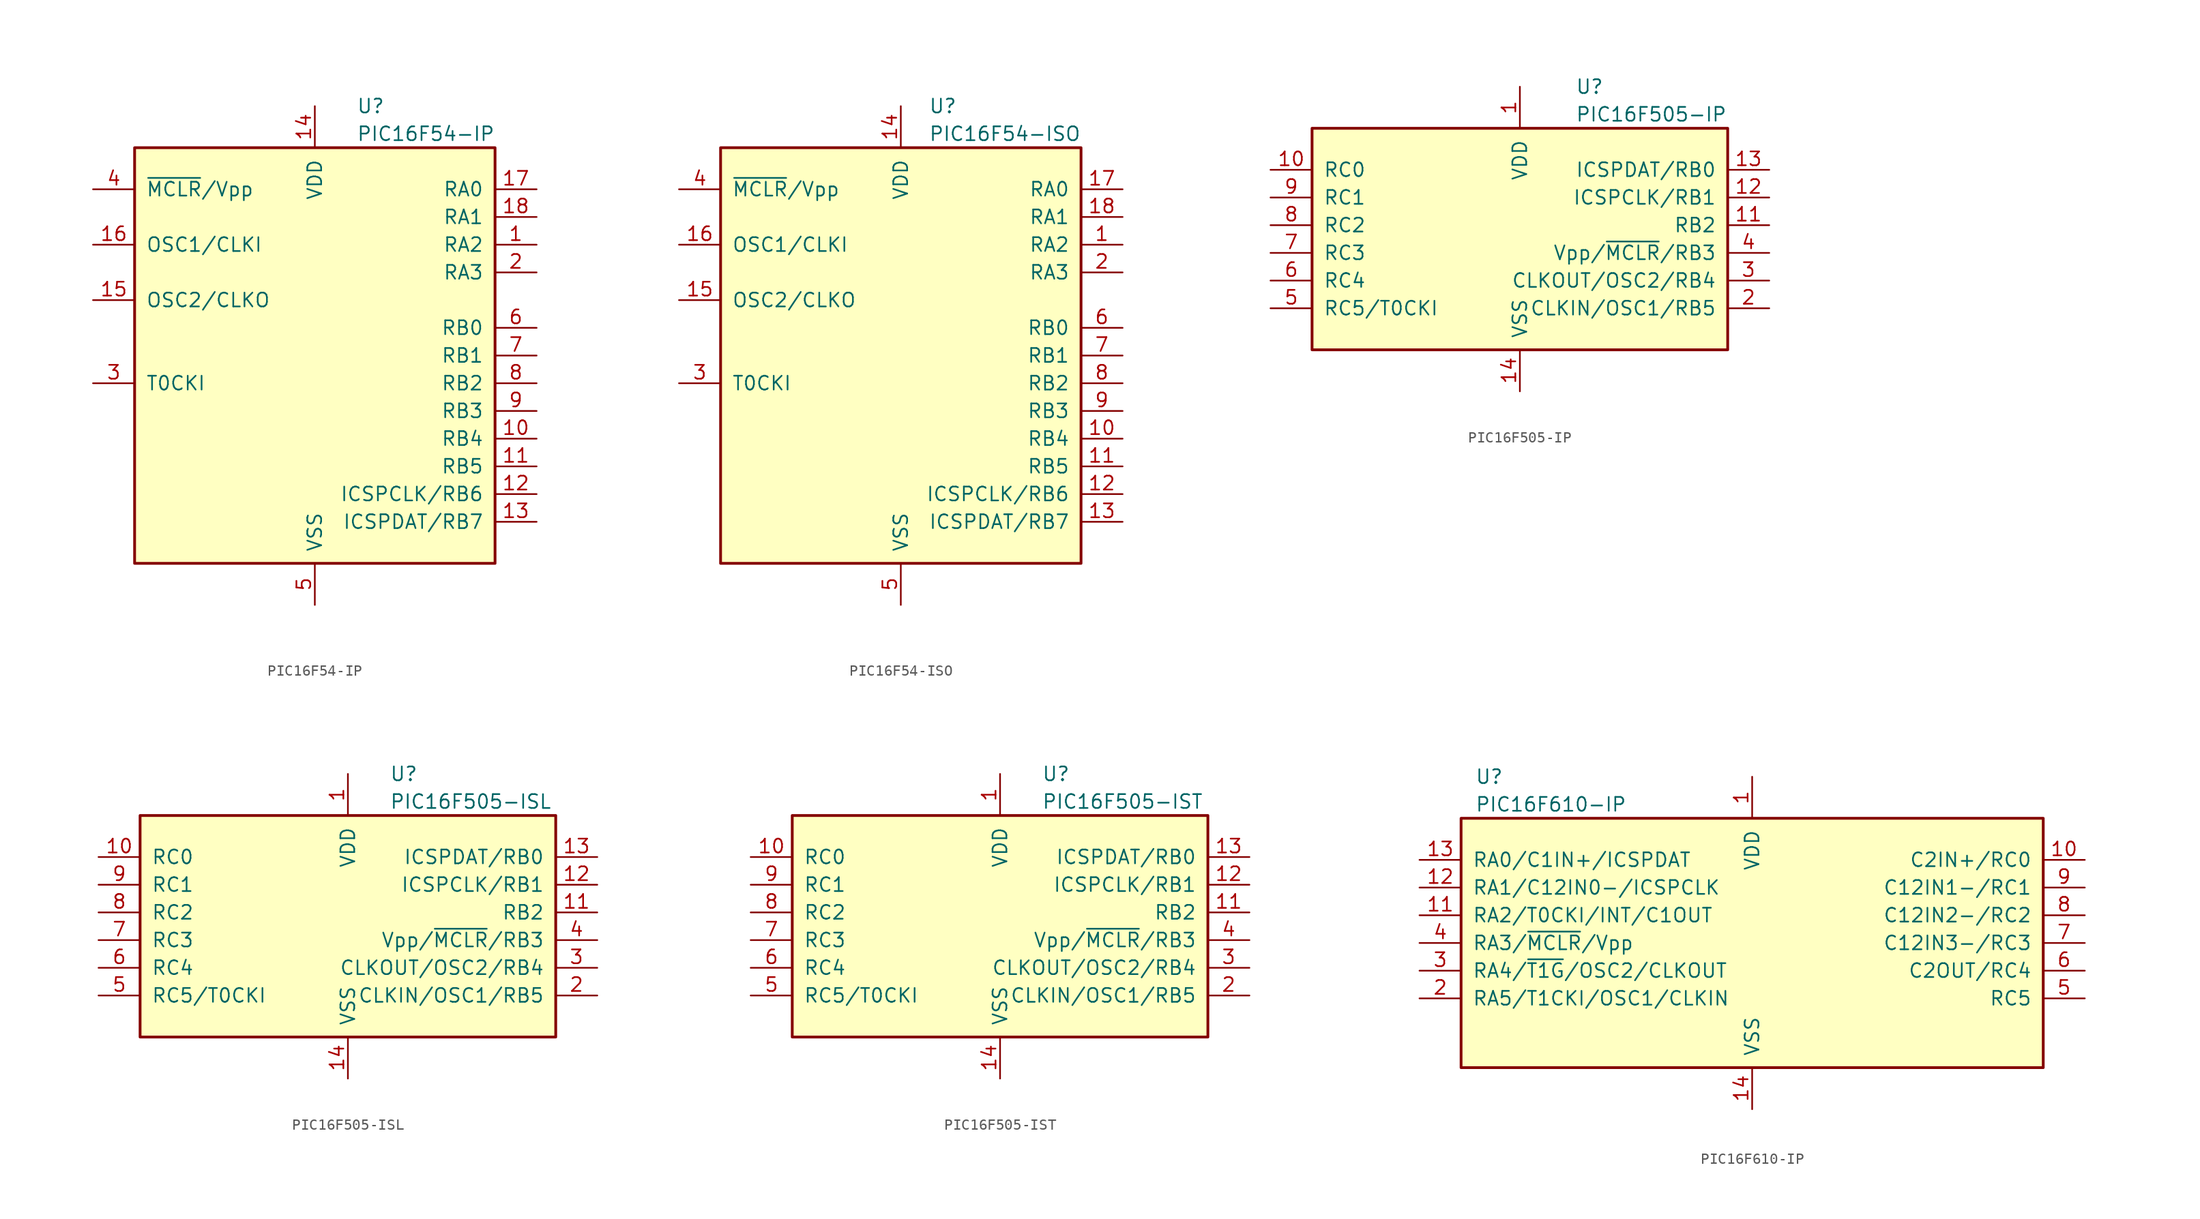
<source format=kicad_sym>
(kicad_symbol_lib
  (version 20201005)
  (generator kicad_symbol_editor)
  (symbol "PIC16F54-IP"
    (pin_names
      (offset 1.016))
    (property "Reference" "U"
      (at 3.81 22.86 0)
      (effects (font (size 1.27 1.27)) (justify left)))
    (property "Value" "PIC16F54-IP"
      (at 3.81 20.32 0)
      (effects (font (size 1.27 1.27)) (justify left)))
    (symbol "PIC16F54-IP_0_1"
      (rectangle (start -16.51 19.05) (end 16.51 -19.05) (stroke (width 0.254)) (fill (type background))))
    (symbol "PIC16F54-IP_1_1"
      (pin bidirectional line (at 20.32 10.16 180) (length 3.81) (name "RA2" (effects (font (size 1.27 1.27)))) (number "1" (effects (font (size 1.27 1.27)))))
      (pin bidirectional line (at 20.32 -7.62 180) (length 3.81) (name "RB4" (effects (font (size 1.27 1.27)))) (number "10" (effects (font (size 1.27 1.27)))))
      (pin bidirectional line (at 20.32 -10.16 180) (length 3.81) (name "RB5" (effects (font (size 1.27 1.27)))) (number "11" (effects (font (size 1.27 1.27)))))
      (pin bidirectional line (at 20.32 -12.7 180) (length 3.81) (name "ICSPCLK/RB6" (effects (font (size 1.27 1.27)))) (number "12" (effects (font (size 1.27 1.27)))))
      (pin bidirectional line (at 20.32 -15.24 180) (length 3.81) (name "ICSPDAT/RB7" (effects (font (size 1.27 1.27)))) (number "13" (effects (font (size 1.27 1.27)))))
      (pin power_in line (at 0 22.86 270) (length 3.81) (name "VDD" (effects (font (size 1.27 1.27)))) (number "14" (effects (font (size 1.27 1.27)))))
      (pin output line (at -20.32 5.08 0) (length 3.81) (name "OSC2/CLKO" (effects (font (size 1.27 1.27)))) (number "15" (effects (font (size 1.27 1.27)))))
      (pin input line (at -20.32 10.16 0) (length 3.81) (name "OSC1/CLKI" (effects (font (size 1.27 1.27)))) (number "16" (effects (font (size 1.27 1.27)))))
      (pin bidirectional line (at 20.32 15.24 180) (length 3.81) (name "RA0" (effects (font (size 1.27 1.27)))) (number "17" (effects (font (size 1.27 1.27)))))
      (pin bidirectional line (at 20.32 12.7 180) (length 3.81) (name "RA1" (effects (font (size 1.27 1.27)))) (number "18" (effects (font (size 1.27 1.27)))))
      (pin bidirectional line (at 20.32 7.62 180) (length 3.81) (name "RA3" (effects (font (size 1.27 1.27)))) (number "2" (effects (font (size 1.27 1.27)))))
      (pin input line (at -20.32 -2.54 0) (length 3.81) (name "T0CKI" (effects (font (size 1.27 1.27)))) (number "3" (effects (font (size 1.27 1.27)))))
      (pin input line (at -20.32 15.24 0) (length 3.81) (name "~MCLR~/Vpp" (effects (font (size 1.27 1.27)))) (number "4" (effects (font (size 1.27 1.27)))))
      (pin power_in line (at 0 -22.86 90) (length 3.81) (name "VSS" (effects (font (size 1.27 1.27)))) (number "5" (effects (font (size 1.27 1.27)))))
      (pin bidirectional line (at 20.32 2.54 180) (length 3.81) (name "RB0" (effects (font (size 1.27 1.27)))) (number "6" (effects (font (size 1.27 1.27)))))
      (pin bidirectional line (at 20.32 0 180) (length 3.81) (name "RB1" (effects (font (size 1.27 1.27)))) (number "7" (effects (font (size 1.27 1.27)))))
      (pin bidirectional line (at 20.32 -2.54 180) (length 3.81) (name "RB2" (effects (font (size 1.27 1.27)))) (number "8" (effects (font (size 1.27 1.27)))))
      (pin bidirectional line (at 20.32 -5.08 180) (length 3.81) (name "RB3" (effects (font (size 1.27 1.27)))) (number "9" (effects (font (size 1.27 1.27)))))))
  (symbol "PIC16F54-ISO"
    (pin_names
      (offset 1.016))
    (property "Reference" "U"
      (at 2.54 22.86 0)
      (effects (font (size 1.27 1.27)) (justify left)))
    (property "Value" "PIC16F54-ISO"
      (at 2.54 20.32 0)
      (effects (font (size 1.27 1.27)) (justify left)))
    (symbol "PIC16F54-ISO_0_1"
      (rectangle (start -16.51 19.05) (end 16.51 -19.05) (stroke (width 0.254)) (fill (type background))))
    (symbol "PIC16F54-ISO_1_1"
      (pin bidirectional line (at 20.32 10.16 180) (length 3.81) (name "RA2" (effects (font (size 1.27 1.27)))) (number "1" (effects (font (size 1.27 1.27)))))
      (pin bidirectional line (at 20.32 -7.62 180) (length 3.81) (name "RB4" (effects (font (size 1.27 1.27)))) (number "10" (effects (font (size 1.27 1.27)))))
      (pin bidirectional line (at 20.32 -10.16 180) (length 3.81) (name "RB5" (effects (font (size 1.27 1.27)))) (number "11" (effects (font (size 1.27 1.27)))))
      (pin bidirectional line (at 20.32 -12.7 180) (length 3.81) (name "ICSPCLK/RB6" (effects (font (size 1.27 1.27)))) (number "12" (effects (font (size 1.27 1.27)))))
      (pin bidirectional line (at 20.32 -15.24 180) (length 3.81) (name "ICSPDAT/RB7" (effects (font (size 1.27 1.27)))) (number "13" (effects (font (size 1.27 1.27)))))
      (pin power_in line (at 0 22.86 270) (length 3.81) (name "VDD" (effects (font (size 1.27 1.27)))) (number "14" (effects (font (size 1.27 1.27)))))
      (pin output line (at -20.32 5.08 0) (length 3.81) (name "OSC2/CLKO" (effects (font (size 1.27 1.27)))) (number "15" (effects (font (size 1.27 1.27)))))
      (pin input line (at -20.32 10.16 0) (length 3.81) (name "OSC1/CLKI" (effects (font (size 1.27 1.27)))) (number "16" (effects (font (size 1.27 1.27)))))
      (pin bidirectional line (at 20.32 15.24 180) (length 3.81) (name "RA0" (effects (font (size 1.27 1.27)))) (number "17" (effects (font (size 1.27 1.27)))))
      (pin bidirectional line (at 20.32 12.7 180) (length 3.81) (name "RA1" (effects (font (size 1.27 1.27)))) (number "18" (effects (font (size 1.27 1.27)))))
      (pin bidirectional line (at 20.32 7.62 180) (length 3.81) (name "RA3" (effects (font (size 1.27 1.27)))) (number "2" (effects (font (size 1.27 1.27)))))
      (pin input line (at -20.32 -2.54 0) (length 3.81) (name "T0CKI" (effects (font (size 1.27 1.27)))) (number "3" (effects (font (size 1.27 1.27)))))
      (pin input line (at -20.32 15.24 0) (length 3.81) (name "~MCLR~/Vpp" (effects (font (size 1.27 1.27)))) (number "4" (effects (font (size 1.27 1.27)))))
      (pin power_in line (at 0 -22.86 90) (length 3.81) (name "VSS" (effects (font (size 1.27 1.27)))) (number "5" (effects (font (size 1.27 1.27)))))
      (pin bidirectional line (at 20.32 2.54 180) (length 3.81) (name "RB0" (effects (font (size 1.27 1.27)))) (number "6" (effects (font (size 1.27 1.27)))))
      (pin bidirectional line (at 20.32 0 180) (length 3.81) (name "RB1" (effects (font (size 1.27 1.27)))) (number "7" (effects (font (size 1.27 1.27)))))
      (pin bidirectional line (at 20.32 -2.54 180) (length 3.81) (name "RB2" (effects (font (size 1.27 1.27)))) (number "8" (effects (font (size 1.27 1.27)))))
      (pin bidirectional line (at 20.32 -5.08 180) (length 3.81) (name "RB3" (effects (font (size 1.27 1.27)))) (number "9" (effects (font (size 1.27 1.27)))))))
  (symbol "PIC16F505-IP"
    (pin_names
      (offset 1.016))
    (property "Reference" "U"
      (at 5.08 12.7 0)
      (effects (font (size 1.27 1.27)) (justify left)))
    (property "Value" "PIC16F505-IP"
      (at 5.08 10.16 0)
      (effects (font (size 1.27 1.27)) (justify left)))
    (symbol "PIC16F505-IP_0_1"
      (rectangle (start -19.05 8.89) (end 19.05 -11.43) (stroke (width 0.254)) (fill (type background))))
    (symbol "PIC16F505-IP_1_1"
      (pin power_in line (at 0 12.7 270) (length 3.81) (name "VDD" (effects (font (size 1.27 1.27)))) (number "1" (effects (font (size 1.27 1.27)))))
      (pin bidirectional line (at -22.86 5.08 0) (length 3.81) (name "RC0" (effects (font (size 1.27 1.27)))) (number "10" (effects (font (size 1.27 1.27)))))
      (pin bidirectional line (at 22.86 0 180) (length 3.81) (name "RB2" (effects (font (size 1.27 1.27)))) (number "11" (effects (font (size 1.27 1.27)))))
      (pin bidirectional line (at 22.86 2.54 180) (length 3.81) (name "ICSPCLK/RB1" (effects (font (size 1.27 1.27)))) (number "12" (effects (font (size 1.27 1.27)))))
      (pin bidirectional line (at 22.86 5.08 180) (length 3.81) (name "ICSPDAT/RB0" (effects (font (size 1.27 1.27)))) (number "13" (effects (font (size 1.27 1.27)))))
      (pin power_in line (at 0 -15.24 90) (length 3.81) (name "VSS" (effects (font (size 1.27 1.27)))) (number "14" (effects (font (size 1.27 1.27)))))
      (pin bidirectional line (at 22.86 -7.62 180) (length 3.81) (name "CLKIN/OSC1/RB5" (effects (font (size 1.27 1.27)))) (number "2" (effects (font (size 1.27 1.27)))))
      (pin bidirectional line (at 22.86 -5.08 180) (length 3.81) (name "CLKOUT/OSC2/RB4" (effects (font (size 1.27 1.27)))) (number "3" (effects (font (size 1.27 1.27)))))
      (pin input line (at 22.86 -2.54 180) (length 3.81) (name "Vpp/~MCLR~/RB3" (effects (font (size 1.27 1.27)))) (number "4" (effects (font (size 1.27 1.27)))))
      (pin bidirectional line (at -22.86 -7.62 0) (length 3.81) (name "RC5/T0CKI" (effects (font (size 1.27 1.27)))) (number "5" (effects (font (size 1.27 1.27)))))
      (pin bidirectional line (at -22.86 -5.08 0) (length 3.81) (name "RC4" (effects (font (size 1.27 1.27)))) (number "6" (effects (font (size 1.27 1.27)))))
      (pin bidirectional line (at -22.86 -2.54 0) (length 3.81) (name "RC3" (effects (font (size 1.27 1.27)))) (number "7" (effects (font (size 1.27 1.27)))))
      (pin bidirectional line (at -22.86 0 0) (length 3.81) (name "RC2" (effects (font (size 1.27 1.27)))) (number "8" (effects (font (size 1.27 1.27)))))
      (pin bidirectional line (at -22.86 2.54 0) (length 3.81) (name "RC1" (effects (font (size 1.27 1.27)))) (number "9" (effects (font (size 1.27 1.27)))))))
  (symbol "PIC16F505-ISL"
    (pin_names
      (offset 1.016))
    (property "Reference" "U"
      (at 3.81 12.7 0)
      (effects (font (size 1.27 1.27)) (justify left)))
    (property "Value" "PIC16F505-ISL"
      (at 3.81 10.16 0)
      (effects (font (size 1.27 1.27)) (justify left)))
    (symbol "PIC16F505-ISL_0_1"
      (rectangle (start -19.05 8.89) (end 19.05 -11.43) (stroke (width 0.254)) (fill (type background))))
    (symbol "PIC16F505-ISL_1_1"
      (pin power_in line (at 0 12.7 270) (length 3.81) (name "VDD" (effects (font (size 1.27 1.27)))) (number "1" (effects (font (size 1.27 1.27)))))
      (pin bidirectional line (at -22.86 5.08 0) (length 3.81) (name "RC0" (effects (font (size 1.27 1.27)))) (number "10" (effects (font (size 1.27 1.27)))))
      (pin bidirectional line (at 22.86 0 180) (length 3.81) (name "RB2" (effects (font (size 1.27 1.27)))) (number "11" (effects (font (size 1.27 1.27)))))
      (pin bidirectional line (at 22.86 2.54 180) (length 3.81) (name "ICSPCLK/RB1" (effects (font (size 1.27 1.27)))) (number "12" (effects (font (size 1.27 1.27)))))
      (pin bidirectional line (at 22.86 5.08 180) (length 3.81) (name "ICSPDAT/RB0" (effects (font (size 1.27 1.27)))) (number "13" (effects (font (size 1.27 1.27)))))
      (pin power_in line (at 0 -15.24 90) (length 3.81) (name "VSS" (effects (font (size 1.27 1.27)))) (number "14" (effects (font (size 1.27 1.27)))))
      (pin bidirectional line (at 22.86 -7.62 180) (length 3.81) (name "CLKIN/OSC1/RB5" (effects (font (size 1.27 1.27)))) (number "2" (effects (font (size 1.27 1.27)))))
      (pin bidirectional line (at 22.86 -5.08 180) (length 3.81) (name "CLKOUT/OSC2/RB4" (effects (font (size 1.27 1.27)))) (number "3" (effects (font (size 1.27 1.27)))))
      (pin input line (at 22.86 -2.54 180) (length 3.81) (name "Vpp/~MCLR~/RB3" (effects (font (size 1.27 1.27)))) (number "4" (effects (font (size 1.27 1.27)))))
      (pin bidirectional line (at -22.86 -7.62 0) (length 3.81) (name "RC5/T0CKI" (effects (font (size 1.27 1.27)))) (number "5" (effects (font (size 1.27 1.27)))))
      (pin bidirectional line (at -22.86 -5.08 0) (length 3.81) (name "RC4" (effects (font (size 1.27 1.27)))) (number "6" (effects (font (size 1.27 1.27)))))
      (pin bidirectional line (at -22.86 -2.54 0) (length 3.81) (name "RC3" (effects (font (size 1.27 1.27)))) (number "7" (effects (font (size 1.27 1.27)))))
      (pin bidirectional line (at -22.86 0 0) (length 3.81) (name "RC2" (effects (font (size 1.27 1.27)))) (number "8" (effects (font (size 1.27 1.27)))))
      (pin bidirectional line (at -22.86 2.54 0) (length 3.81) (name "RC1" (effects (font (size 1.27 1.27)))) (number "9" (effects (font (size 1.27 1.27)))))))
  (symbol "PIC16F505-IST"
    (pin_names
      (offset 1.016))
    (property "Reference" "U"
      (at 3.81 12.7 0)
      (effects (font (size 1.27 1.27)) (justify left)))
    (property "Value" "PIC16F505-IST"
      (at 3.81 10.16 0)
      (effects (font (size 1.27 1.27)) (justify left)))
    (symbol "PIC16F505-IST_0_1"
      (rectangle (start -19.05 8.89) (end 19.05 -11.43) (stroke (width 0.254)) (fill (type background))))
    (symbol "PIC16F505-IST_1_1"
      (pin power_in line (at 0 12.7 270) (length 3.81) (name "VDD" (effects (font (size 1.27 1.27)))) (number "1" (effects (font (size 1.27 1.27)))))
      (pin bidirectional line (at -22.86 5.08 0) (length 3.81) (name "RC0" (effects (font (size 1.27 1.27)))) (number "10" (effects (font (size 1.27 1.27)))))
      (pin bidirectional line (at 22.86 0 180) (length 3.81) (name "RB2" (effects (font (size 1.27 1.27)))) (number "11" (effects (font (size 1.27 1.27)))))
      (pin bidirectional line (at 22.86 2.54 180) (length 3.81) (name "ICSPCLK/RB1" (effects (font (size 1.27 1.27)))) (number "12" (effects (font (size 1.27 1.27)))))
      (pin bidirectional line (at 22.86 5.08 180) (length 3.81) (name "ICSPDAT/RB0" (effects (font (size 1.27 1.27)))) (number "13" (effects (font (size 1.27 1.27)))))
      (pin power_in line (at 0 -15.24 90) (length 3.81) (name "VSS" (effects (font (size 1.27 1.27)))) (number "14" (effects (font (size 1.27 1.27)))))
      (pin bidirectional line (at 22.86 -7.62 180) (length 3.81) (name "CLKIN/OSC1/RB5" (effects (font (size 1.27 1.27)))) (number "2" (effects (font (size 1.27 1.27)))))
      (pin bidirectional line (at 22.86 -5.08 180) (length 3.81) (name "CLKOUT/OSC2/RB4" (effects (font (size 1.27 1.27)))) (number "3" (effects (font (size 1.27 1.27)))))
      (pin input line (at 22.86 -2.54 180) (length 3.81) (name "Vpp/~MCLR~/RB3" (effects (font (size 1.27 1.27)))) (number "4" (effects (font (size 1.27 1.27)))))
      (pin bidirectional line (at -22.86 -7.62 0) (length 3.81) (name "RC5/T0CKI" (effects (font (size 1.27 1.27)))) (number "5" (effects (font (size 1.27 1.27)))))
      (pin bidirectional line (at -22.86 -5.08 0) (length 3.81) (name "RC4" (effects (font (size 1.27 1.27)))) (number "6" (effects (font (size 1.27 1.27)))))
      (pin bidirectional line (at -22.86 -2.54 0) (length 3.81) (name "RC3" (effects (font (size 1.27 1.27)))) (number "7" (effects (font (size 1.27 1.27)))))
      (pin bidirectional line (at -22.86 0 0) (length 3.81) (name "RC2" (effects (font (size 1.27 1.27)))) (number "8" (effects (font (size 1.27 1.27)))))
      (pin bidirectional line (at -22.86 2.54 0) (length 3.81) (name "RC1" (effects (font (size 1.27 1.27)))) (number "9" (effects (font (size 1.27 1.27)))))))
  (symbol "PIC16F610-IP"
    (pin_names
      (offset 1.016))
    (property "Reference" "U"
      (at -25.4 15.24 0)
      (effects (font (size 1.27 1.27)) (justify left)))
    (property "Value" "PIC16F610-IP"
      (at -25.4 12.7 0)
      (effects (font (size 1.27 1.27)) (justify left)))
    (symbol "PIC16F610-IP_0_1"
      (rectangle (start -26.67 11.43) (end 26.67 -11.43) (stroke (width 0.254)) (fill (type background))))
    (symbol "PIC16F610-IP_1_1"
      (pin power_in line (at 0 15.24 270) (length 3.81) (name "VDD" (effects (font (size 1.27 1.27)))) (number "1" (effects (font (size 1.27 1.27)))))
      (pin bidirectional line (at 30.48 7.62 180) (length 3.81) (name "C2IN+/RC0" (effects (font (size 1.27 1.27)))) (number "10" (effects (font (size 1.27 1.27)))))
      (pin bidirectional line (at -30.48 2.54 0) (length 3.81) (name "RA2/T0CKI/INT/C1OUT" (effects (font (size 1.27 1.27)))) (number "11" (effects (font (size 1.27 1.27)))))
      (pin bidirectional line (at -30.48 5.08 0) (length 3.81) (name "RA1/C12IN0-/ICSPCLK" (effects (font (size 1.27 1.27)))) (number "12" (effects (font (size 1.27 1.27)))))
      (pin bidirectional line (at -30.48 7.62 0) (length 3.81) (name "RA0/C1IN+/ICSPDAT" (effects (font (size 1.27 1.27)))) (number "13" (effects (font (size 1.27 1.27)))))
      (pin power_in line (at 0 -15.24 90) (length 3.81) (name "VSS" (effects (font (size 1.27 1.27)))) (number "14" (effects (font (size 1.27 1.27)))))
      (pin bidirectional line (at -30.48 -5.08 0) (length 3.81) (name "RA5/T1CKI/OSC1/CLKIN" (effects (font (size 1.27 1.27)))) (number "2" (effects (font (size 1.27 1.27)))))
      (pin bidirectional line (at -30.48 -2.54 0) (length 3.81) (name "RA4/~T1G~/OSC2/CLKOUT" (effects (font (size 1.27 1.27)))) (number "3" (effects (font (size 1.27 1.27)))))
      (pin input line (at -30.48 0 0) (length 3.81) (name "RA3/~MCLR~/Vpp" (effects (font (size 1.27 1.27)))) (number "4" (effects (font (size 1.27 1.27)))))
      (pin bidirectional line (at 30.48 -5.08 180) (length 3.81) (name "RC5" (effects (font (size 1.27 1.27)))) (number "5" (effects (font (size 1.27 1.27)))))
      (pin bidirectional line (at 30.48 -2.54 180) (length 3.81) (name "C2OUT/RC4" (effects (font (size 1.27 1.27)))) (number "6" (effects (font (size 1.27 1.27)))))
      (pin bidirectional line (at 30.48 0 180) (length 3.81) (name "C12IN3-/RC3" (effects (font (size 1.27 1.27)))) (number "7" (effects (font (size 1.27 1.27)))))
      (pin bidirectional line (at 30.48 2.54 180) (length 3.81) (name "C12IN2-/RC2" (effects (font (size 1.27 1.27)))) (number "8" (effects (font (size 1.27 1.27)))))
      (pin bidirectional line (at 30.48 5.08 180) (length 3.81) (name "C12IN1-/RC1" (effects (font (size 1.27 1.27)))) (number "9" (effects (font (size 1.27 1.27))))))))
</source>
